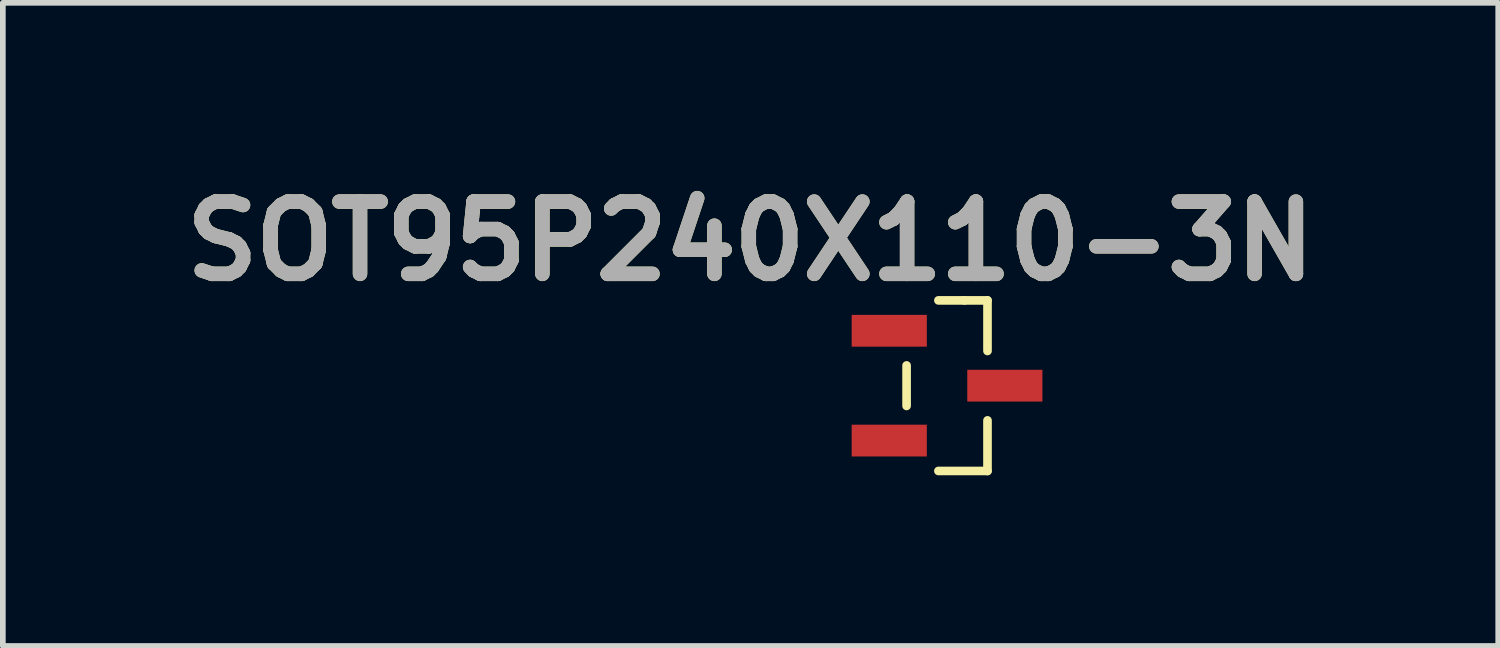
<source format=kicad_pcb>
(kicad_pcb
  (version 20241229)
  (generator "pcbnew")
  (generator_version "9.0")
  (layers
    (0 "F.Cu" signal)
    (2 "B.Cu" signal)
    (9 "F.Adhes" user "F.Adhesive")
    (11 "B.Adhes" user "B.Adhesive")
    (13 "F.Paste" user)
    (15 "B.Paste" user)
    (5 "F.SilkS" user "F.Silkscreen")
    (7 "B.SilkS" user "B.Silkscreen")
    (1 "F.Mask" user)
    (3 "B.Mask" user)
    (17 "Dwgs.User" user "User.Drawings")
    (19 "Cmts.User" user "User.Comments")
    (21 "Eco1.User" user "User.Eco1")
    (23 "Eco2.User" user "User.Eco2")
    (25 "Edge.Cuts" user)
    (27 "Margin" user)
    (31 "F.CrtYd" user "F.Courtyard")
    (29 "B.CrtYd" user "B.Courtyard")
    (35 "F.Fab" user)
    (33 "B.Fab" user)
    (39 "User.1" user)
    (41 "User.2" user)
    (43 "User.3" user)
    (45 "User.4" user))
  (footprint "SOT95P240X110-3N"
    (layer "F.Cu")
    (at 13.596 3.729)
    (property "Reference" "SOT95P240X110-3N" (at -3.454 -2.54 0) (layer "F.SilkS") (effects (font (size 1.27 1.27) (thickness 0.254))))
    (attr smd)
    (fp_line (start -0.711 -0.356) (end -0.711 0.356) (stroke (width 0.152) (type solid)) (layer "F.SilkS"))
    (fp_line (start -0.152 1.499) (end 0.711 1.499) (stroke (width 0.152) (type solid)) (layer "F.SilkS"))
    (fp_line (start 0.305 -1.499) (end -0.152 -1.499) (stroke (width 0.152) (type solid)) (layer "F.SilkS"))
    (fp_line (start 0.711 -1.499) (end 0.305 -1.499) (stroke (width 0.152) (type solid)) (layer "F.SilkS"))
    (fp_line (start 0.711 -0.61) (end 0.711 -1.499) (stroke (width 0.152) (type solid)) (layer "F.SilkS"))
    (fp_line (start 0.711 1.499) (end 0.711 0.61) (stroke (width 0.152) (type solid)) (layer "F.SilkS"))
    (fp_text user "${REFERENCE}" (at -3.454 -2.54 0) (layer "F.Fab") (effects (font (size 1.27 1.27) (thickness 0.254))))
    (pad "1" smd rect (at -1.016 -0.965 90) (size 0.559 1.321) (layers "F.Cu" "F.Mask" "F.Paste"))
    (pad "2" smd rect (at -1.016 0.965 90) (size 0.559 1.321) (layers "F.Cu" "F.Mask" "F.Paste"))
    (pad "3" smd rect (at 1.016 0 90) (size 0.559 1.321) (layers "F.Cu" "F.Mask" "F.Paste")))
  (gr_rect
    (start -3 -3)
    (end 23.284 8.304)
    (stroke (width 0.1) (type default))
    (fill no)
    (layer "Edge.Cuts")))
</source>
